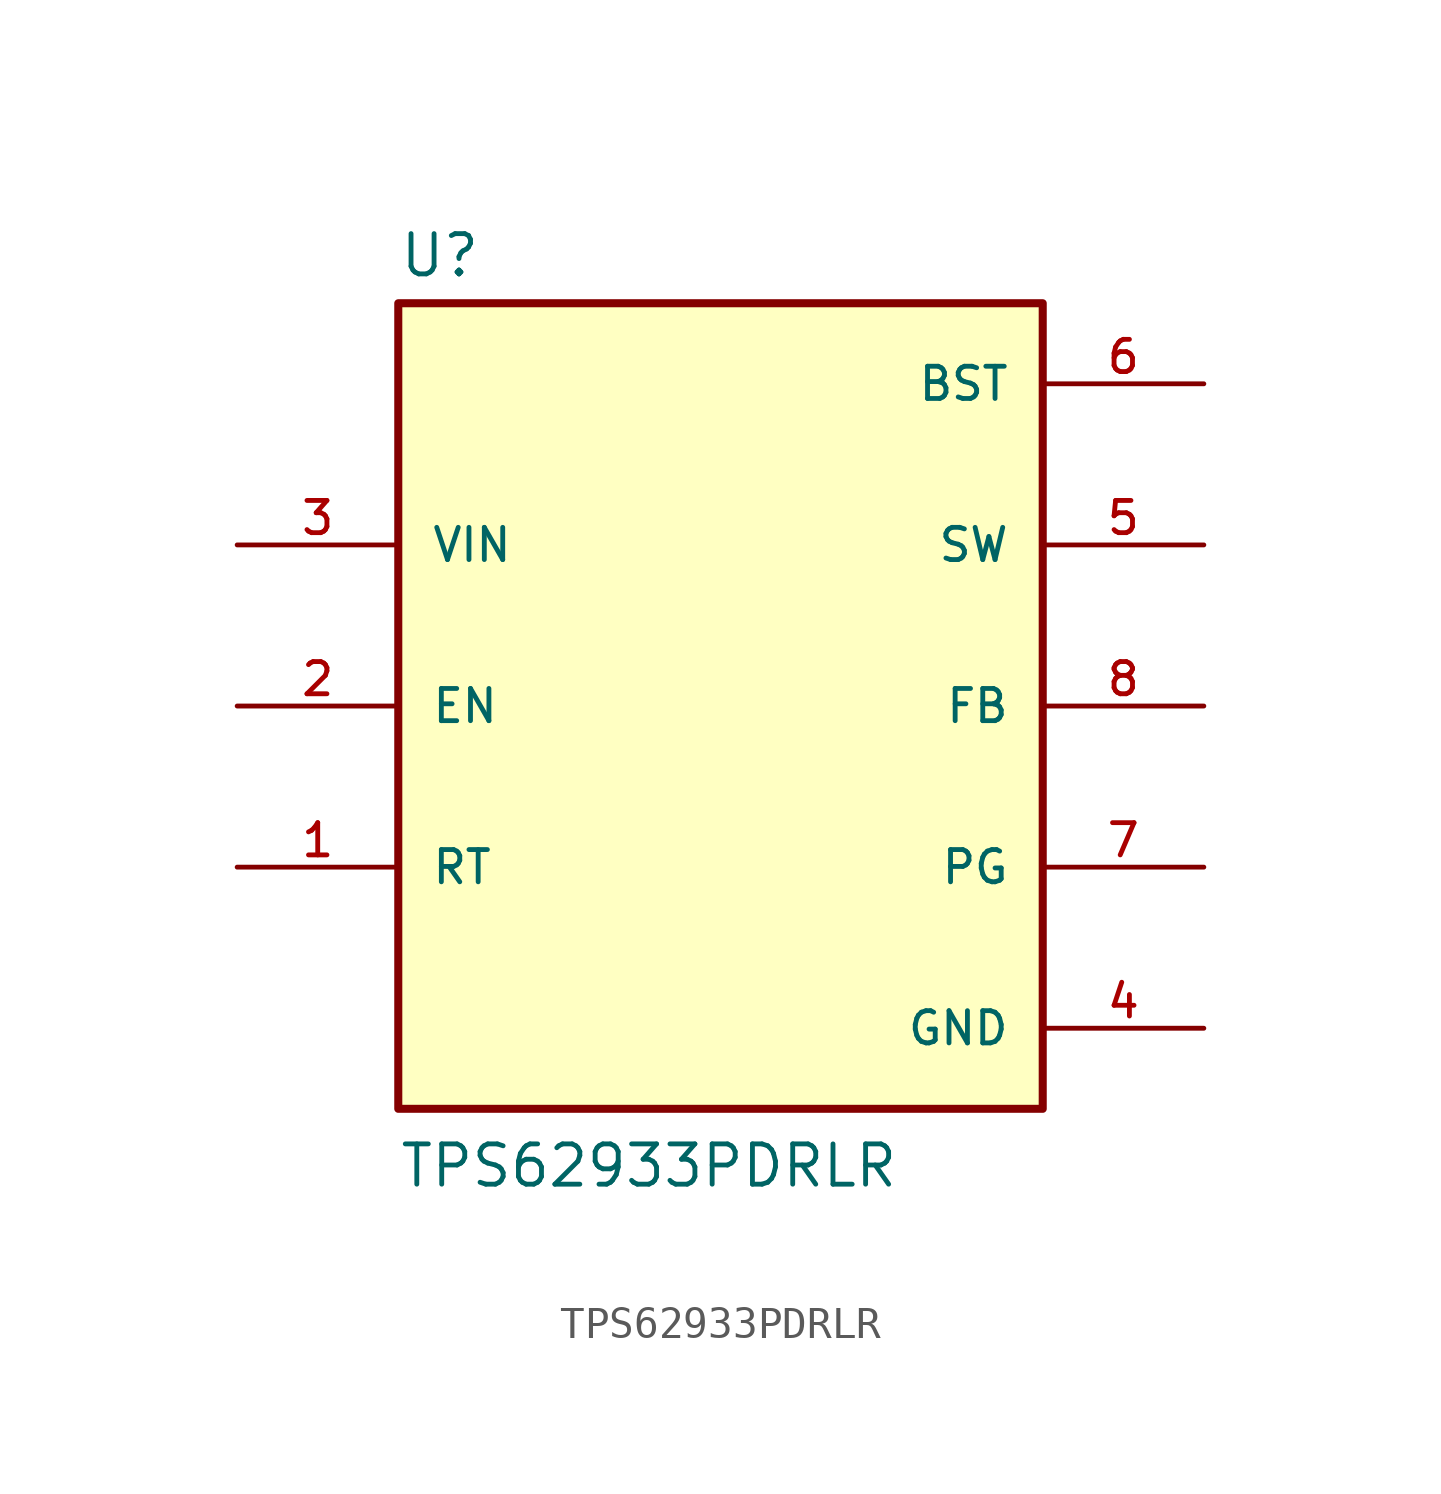
<source format=kicad_sym>
(kicad_symbol_lib
  (version 20211014)
  (generator kicad_symbol_editor)
  (symbol "TPS62933PDRLR"
    (pin_names
      (offset 1.016))
    (property "Reference" "U"
      (at -10.16 13.462 0)
      (effects (font (size 1.27 1.27)) (justify bottom left)))
    (property "Value" "TPS62933PDRLR"
      (at -10.16 -15.24 0)
      (effects (font (size 1.27 1.27)) (justify bottom left)))
    (symbol "TPS62933PDRLR_0_0"
      (rectangle (start -10.16 -12.7) (end 10.16 12.7) (stroke (width 0.254)) (fill (type background)))
      (pin input line (at -15.24 -5.08 0) (length 5.08) (name "RT" (effects (font (size 1.016 1.016)))) (number "1" (effects (font (size 1.016 1.016)))))
      (pin input line (at -15.24 0.0 0) (length 5.08) (name "EN" (effects (font (size 1.016 1.016)))) (number "2" (effects (font (size 1.016 1.016)))))
      (pin input line (at -15.24 5.08 0) (length 5.08) (name "VIN" (effects (font (size 1.016 1.016)))) (number "3" (effects (font (size 1.016 1.016)))))
      (pin power_in line (at 15.24 -10.16 180.0) (length 5.08) (name "GND" (effects (font (size 1.016 1.016)))) (number "4" (effects (font (size 1.016 1.016)))))
      (pin output line (at 15.24 5.08 180.0) (length 5.08) (name "SW" (effects (font (size 1.016 1.016)))) (number "5" (effects (font (size 1.016 1.016)))))
      (pin power_in line (at 15.24 10.16 180.0) (length 5.08) (name "BST" (effects (font (size 1.016 1.016)))) (number "6" (effects (font (size 1.016 1.016)))))
      (pin output line (at 15.24 -5.08 180.0) (length 5.08) (name "PG" (effects (font (size 1.016 1.016)))) (number "7" (effects (font (size 1.016 1.016)))))
      (pin input line (at 15.24 0.0 180.0) (length 5.08) (name "FB" (effects (font (size 1.016 1.016)))) (number "8" (effects (font (size 1.016 1.016))))))))
</source>
